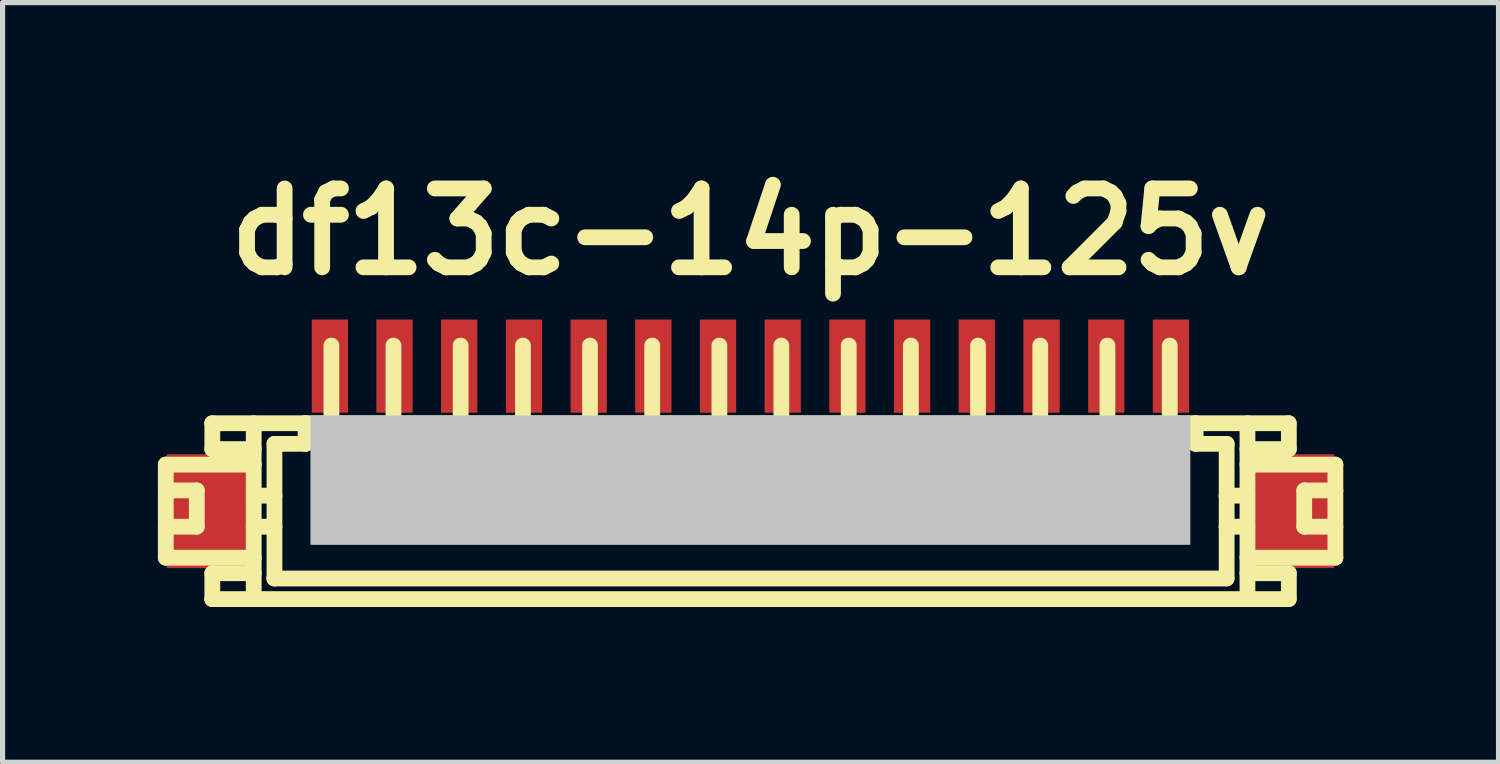
<source format=kicad_pcb>
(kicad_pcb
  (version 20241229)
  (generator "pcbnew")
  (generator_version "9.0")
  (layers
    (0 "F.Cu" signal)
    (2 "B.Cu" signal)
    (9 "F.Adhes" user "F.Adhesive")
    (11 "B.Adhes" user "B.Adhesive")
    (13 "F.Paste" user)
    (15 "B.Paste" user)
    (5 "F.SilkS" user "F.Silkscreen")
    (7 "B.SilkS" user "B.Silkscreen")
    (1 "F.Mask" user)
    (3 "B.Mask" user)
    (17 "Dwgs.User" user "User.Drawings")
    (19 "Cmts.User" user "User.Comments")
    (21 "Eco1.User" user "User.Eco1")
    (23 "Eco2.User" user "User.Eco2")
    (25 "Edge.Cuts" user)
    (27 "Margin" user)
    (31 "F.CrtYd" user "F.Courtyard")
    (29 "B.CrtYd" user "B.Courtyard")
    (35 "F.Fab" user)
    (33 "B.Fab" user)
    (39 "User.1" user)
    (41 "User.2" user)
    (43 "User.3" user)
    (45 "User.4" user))
  (footprint "df13c-14p-125v"
    (layer "F.Cu")
    (at 11.448 6.026)
    (property "Reference" "df13c-14p-125v" (at 0 -4.6 0) (layer "F.SilkS") (effects (font (size 1.524 1.524) (thickness 0.305))))
    (attr through_hole)
    (fp_line (start -11.295 -0.099) (end -9.596 -0.099) (stroke (width 0.305) (type solid)) (layer "F.SilkS"))
    (fp_line (start -11.295 0.399) (end -10.696 0.399) (stroke (width 0.305) (type solid)) (layer "F.SilkS"))
    (fp_line (start -11.295 1.699) (end -11.295 -0.099) (stroke (width 0.305) (type solid)) (layer "F.SilkS"))
    (fp_line (start -11.295 1.699) (end -9.596 1.699) (stroke (width 0.305) (type solid)) (layer "F.SilkS"))
    (fp_line (start -10.696 0.399) (end -10.696 1.1) (stroke (width 0.305) (type solid)) (layer "F.SilkS"))
    (fp_line (start -10.696 1.1) (end -11.295 1.1) (stroke (width 0.305) (type solid)) (layer "F.SilkS"))
    (fp_line (start -10.399 2.499) (end 10.399 2.499) (stroke (width 0.305) (type solid)) (layer "F.SilkS"))
    (fp_line (start -10.396 -0.399) (end -10.396 -0.899) (stroke (width 0.305) (type solid)) (layer "F.SilkS"))
    (fp_line (start -10.396 2.499) (end -10.396 1.999) (stroke (width 0.305) (type solid)) (layer "F.SilkS"))
    (fp_line (start -9.596 -0.899) (end -9.596 2.499) (stroke (width 0.305) (type solid)) (layer "F.SilkS"))
    (fp_line (start -9.596 -0.399) (end -10.396 -0.399) (stroke (width 0.305) (type solid)) (layer "F.SilkS"))
    (fp_line (start -9.596 0.5) (end -9.195 0.5) (stroke (width 0.305) (type solid)) (layer "F.SilkS"))
    (fp_line (start -9.596 1.1) (end -9.195 1.1) (stroke (width 0.305) (type solid)) (layer "F.SilkS"))
    (fp_line (start -9.596 1.999) (end -10.396 1.999) (stroke (width 0.305) (type solid)) (layer "F.SilkS"))
    (fp_line (start -9.195 -0.5) (end -8.595 -0.5) (stroke (width 0.305) (type solid)) (layer "F.SilkS"))
    (fp_line (start -9.195 2.101) (end -9.195 -0.5) (stroke (width 0.305) (type solid)) (layer "F.SilkS"))
    (fp_line (start -8.595 -0.902) (end -8.595 -0.5) (stroke (width 0.305) (type solid)) (layer "F.SilkS"))
    (fp_line (start -8.197 0.998) (end -8.197 1.199) (stroke (width 0.305) (type solid)) (layer "F.SilkS"))
    (fp_line (start -8.197 1.199) (end -7.996 1.199) (stroke (width 0.305) (type solid)) (layer "F.SilkS"))
    (fp_line (start -8.095 -0.902) (end -8.095 -2.4) (stroke (width 0.305) (type solid)) (layer "F.SilkS"))
    (fp_line (start -7.996 0.998) (end -8.197 0.998) (stroke (width 0.305) (type solid)) (layer "F.SilkS"))
    (fp_line (start -7.996 1.199) (end -7.996 0.998) (stroke (width 0.305) (type solid)) (layer "F.SilkS"))
    (fp_line (start -7 1.001) (end -6.802 1.001) (stroke (width 0.305) (type solid)) (layer "F.SilkS"))
    (fp_line (start -7 1.199) (end -7 1.001) (stroke (width 0.305) (type solid)) (layer "F.SilkS"))
    (fp_line (start -6.896 -0.899) (end -6.896 -2.4) (stroke (width 0.305) (type solid)) (layer "F.SilkS"))
    (fp_line (start -6.802 1.001) (end -6.802 1.199) (stroke (width 0.305) (type solid)) (layer "F.SilkS"))
    (fp_line (start -6.802 1.199) (end -7 1.199) (stroke (width 0.305) (type solid)) (layer "F.SilkS"))
    (fp_line (start -5.697 1.001) (end -5.499 1.001) (stroke (width 0.305) (type solid)) (layer "F.SilkS"))
    (fp_line (start -5.697 1.199) (end -5.697 1.001) (stroke (width 0.305) (type solid)) (layer "F.SilkS"))
    (fp_line (start -5.598 -2.4) (end -5.598 -0.899) (stroke (width 0.305) (type solid)) (layer "F.SilkS"))
    (fp_line (start -5.499 1.001) (end -5.499 1.199) (stroke (width 0.305) (type solid)) (layer "F.SilkS"))
    (fp_line (start -5.499 1.199) (end -5.697 1.199) (stroke (width 0.305) (type solid)) (layer "F.SilkS"))
    (fp_line (start -4.498 1.001) (end -4.3 1.001) (stroke (width 0.305) (type solid)) (layer "F.SilkS"))
    (fp_line (start -4.498 1.199) (end -4.498 1.001) (stroke (width 0.305) (type solid)) (layer "F.SilkS"))
    (fp_line (start -4.394 -0.899) (end -4.394 -2.4) (stroke (width 0.305) (type solid)) (layer "F.SilkS"))
    (fp_line (start -4.3 1.001) (end -4.3 1.199) (stroke (width 0.305) (type solid)) (layer "F.SilkS"))
    (fp_line (start -4.3 1.199) (end -4.498 1.199) (stroke (width 0.305) (type solid)) (layer "F.SilkS"))
    (fp_line (start -3.198 1.001) (end -3 1.001) (stroke (width 0.305) (type solid)) (layer "F.SilkS"))
    (fp_line (start -3.198 1.199) (end -3.198 1.001) (stroke (width 0.305) (type solid)) (layer "F.SilkS"))
    (fp_line (start -3.099 -0.899) (end -3.099 -2.4) (stroke (width 0.305) (type solid)) (layer "F.SilkS"))
    (fp_line (start -3 1.001) (end -3 1.199) (stroke (width 0.305) (type solid)) (layer "F.SilkS"))
    (fp_line (start -3 1.199) (end -3.198 1.199) (stroke (width 0.305) (type solid)) (layer "F.SilkS"))
    (fp_line (start -1.999 1.001) (end -1.801 1.001) (stroke (width 0.305) (type solid)) (layer "F.SilkS"))
    (fp_line (start -1.999 1.199) (end -1.999 1.001) (stroke (width 0.305) (type solid)) (layer "F.SilkS"))
    (fp_line (start -1.897 -2.4) (end -1.897 -0.899) (stroke (width 0.305) (type solid)) (layer "F.SilkS"))
    (fp_line (start -1.801 1.001) (end -1.801 1.199) (stroke (width 0.305) (type solid)) (layer "F.SilkS"))
    (fp_line (start -1.801 1.199) (end -1.999 1.199) (stroke (width 0.305) (type solid)) (layer "F.SilkS"))
    (fp_line (start -0.701 1.001) (end -0.5 1.001) (stroke (width 0.305) (type solid)) (layer "F.SilkS"))
    (fp_line (start -0.701 1.199) (end -0.701 1.001) (stroke (width 0.305) (type solid)) (layer "F.SilkS"))
    (fp_line (start -0.599 -0.899) (end -0.599 -2.4) (stroke (width 0.305) (type solid)) (layer "F.SilkS"))
    (fp_line (start -0.5 1.001) (end -0.5 1.199) (stroke (width 0.305) (type solid)) (layer "F.SilkS"))
    (fp_line (start -0.5 1.199) (end -0.701 1.199) (stroke (width 0.305) (type solid)) (layer "F.SilkS"))
    (fp_line (start 0.5 1.001) (end 0.701 1.001) (stroke (width 0.305) (type solid)) (layer "F.SilkS"))
    (fp_line (start 0.5 1.199) (end 0.5 1.001) (stroke (width 0.305) (type solid)) (layer "F.SilkS"))
    (fp_line (start 0.599 -2.4) (end 0.599 -0.899) (stroke (width 0.305) (type solid)) (layer "F.SilkS"))
    (fp_line (start 0.701 1.001) (end 0.701 1.199) (stroke (width 0.305) (type solid)) (layer "F.SilkS"))
    (fp_line (start 0.701 1.199) (end 0.5 1.199) (stroke (width 0.305) (type solid)) (layer "F.SilkS"))
    (fp_line (start 1.801 1.001) (end 2.002 1.001) (stroke (width 0.305) (type solid)) (layer "F.SilkS"))
    (fp_line (start 1.801 1.199) (end 1.801 1.001) (stroke (width 0.305) (type solid)) (layer "F.SilkS"))
    (fp_line (start 1.9 -0.899) (end 1.9 -2.4) (stroke (width 0.305) (type solid)) (layer "F.SilkS"))
    (fp_line (start 2.002 1.001) (end 2.002 1.199) (stroke (width 0.305) (type solid)) (layer "F.SilkS"))
    (fp_line (start 2.002 1.199) (end 1.801 1.199) (stroke (width 0.305) (type solid)) (layer "F.SilkS"))
    (fp_line (start 3.005 1.001) (end 3.203 1.001) (stroke (width 0.305) (type solid)) (layer "F.SilkS"))
    (fp_line (start 3.005 1.199) (end 3.005 1.001) (stroke (width 0.305) (type solid)) (layer "F.SilkS"))
    (fp_line (start 3.101 -2.4) (end 3.101 -0.899) (stroke (width 0.305) (type solid)) (layer "F.SilkS"))
    (fp_line (start 3.203 1.001) (end 3.203 1.199) (stroke (width 0.305) (type solid)) (layer "F.SilkS"))
    (fp_line (start 3.203 1.199) (end 3.005 1.199) (stroke (width 0.305) (type solid)) (layer "F.SilkS"))
    (fp_line (start 4.303 1.001) (end 4.503 1.001) (stroke (width 0.305) (type solid)) (layer "F.SilkS"))
    (fp_line (start 4.303 1.199) (end 4.303 1.001) (stroke (width 0.305) (type solid)) (layer "F.SilkS"))
    (fp_line (start 4.399 -2.4) (end 4.399 -0.899) (stroke (width 0.305) (type solid)) (layer "F.SilkS"))
    (fp_line (start 4.503 1.001) (end 4.503 1.199) (stroke (width 0.305) (type solid)) (layer "F.SilkS"))
    (fp_line (start 4.503 1.199) (end 4.303 1.199) (stroke (width 0.305) (type solid)) (layer "F.SilkS"))
    (fp_line (start 5.499 1.001) (end 5.697 1.001) (stroke (width 0.305) (type solid)) (layer "F.SilkS"))
    (fp_line (start 5.499 1.199) (end 5.499 1.001) (stroke (width 0.305) (type solid)) (layer "F.SilkS"))
    (fp_line (start 5.601 -0.899) (end 5.601 -2.4) (stroke (width 0.305) (type solid)) (layer "F.SilkS"))
    (fp_line (start 5.697 1.001) (end 5.697 1.199) (stroke (width 0.305) (type solid)) (layer "F.SilkS"))
    (fp_line (start 5.697 1.199) (end 5.499 1.199) (stroke (width 0.305) (type solid)) (layer "F.SilkS"))
    (fp_line (start 6.8 0.998) (end 7 0.998) (stroke (width 0.305) (type solid)) (layer "F.SilkS"))
    (fp_line (start 6.8 1.199) (end 6.8 0.998) (stroke (width 0.305) (type solid)) (layer "F.SilkS"))
    (fp_line (start 6.899 -0.899) (end 6.899 -2.4) (stroke (width 0.305) (type solid)) (layer "F.SilkS"))
    (fp_line (start 7 0.998) (end 7 1.199) (stroke (width 0.305) (type solid)) (layer "F.SilkS"))
    (fp_line (start 7 1.199) (end 6.8 1.199) (stroke (width 0.305) (type solid)) (layer "F.SilkS"))
    (fp_line (start 8.004 1.001) (end 8.204 1.001) (stroke (width 0.305) (type solid)) (layer "F.SilkS"))
    (fp_line (start 8.004 1.199) (end 8.004 1.001) (stroke (width 0.305) (type solid)) (layer "F.SilkS"))
    (fp_line (start 8.103 -0.902) (end 8.103 -2.4) (stroke (width 0.305) (type solid)) (layer "F.SilkS"))
    (fp_line (start 8.204 1.001) (end 8.204 1.199) (stroke (width 0.305) (type solid)) (layer "F.SilkS"))
    (fp_line (start 8.204 1.199) (end 8.004 1.199) (stroke (width 0.305) (type solid)) (layer "F.SilkS"))
    (fp_line (start 8.603 -0.5) (end 8.603 -0.902) (stroke (width 0.305) (type solid)) (layer "F.SilkS"))
    (fp_line (start 9.2 1.1) (end 9.601 1.1) (stroke (width 0.305) (type solid)) (layer "F.SilkS"))
    (fp_line (start 9.2 2.101) (end -9.2 2.101) (stroke (width 0.305) (type solid)) (layer "F.SilkS"))
    (fp_line (start 9.202 -0.5) (end 8.603 -0.5) (stroke (width 0.305) (type solid)) (layer "F.SilkS"))
    (fp_line (start 9.202 2.098) (end 9.202 -0.5) (stroke (width 0.305) (type solid)) (layer "F.SilkS"))
    (fp_line (start 9.601 0.5) (end 9.2 0.5) (stroke (width 0.305) (type solid)) (layer "F.SilkS"))
    (fp_line (start 9.604 -0.899) (end 9.604 2.499) (stroke (width 0.305) (type solid)) (layer "F.SilkS"))
    (fp_line (start 10.399 -0.899) (end -10.399 -0.899) (stroke (width 0.305) (type solid)) (layer "F.SilkS"))
    (fp_line (start 10.404 -0.399) (end 9.604 -0.399) (stroke (width 0.305) (type solid)) (layer "F.SilkS"))
    (fp_line (start 10.404 -0.399) (end 10.404 -0.899) (stroke (width 0.305) (type solid)) (layer "F.SilkS"))
    (fp_line (start 10.404 1.999) (end 9.604 1.999) (stroke (width 0.305) (type solid)) (layer "F.SilkS"))
    (fp_line (start 10.404 2.499) (end 10.404 1.999) (stroke (width 0.305) (type solid)) (layer "F.SilkS"))
    (fp_line (start 10.701 0.399) (end 10.701 1.1) (stroke (width 0.305) (type solid)) (layer "F.SilkS"))
    (fp_line (start 10.704 0.399) (end 11.303 0.399) (stroke (width 0.305) (type solid)) (layer "F.SilkS"))
    (fp_line (start 10.704 1.1) (end 11.303 1.1) (stroke (width 0.305) (type solid)) (layer "F.SilkS"))
    (fp_line (start 11.303 -0.099) (end 9.604 -0.099) (stroke (width 0.305) (type solid)) (layer "F.SilkS"))
    (fp_line (start 11.303 -0.099) (end 11.303 1.699) (stroke (width 0.305) (type solid)) (layer "F.SilkS"))
    (fp_line (start 11.303 1.699) (end 9.604 1.699) (stroke (width 0.305) (type solid)) (layer "F.SilkS"))
    (pad "" smd rect (at -10.475 0.8) (size 1.6 2.2) (layers "F.Cu" "F.Mask" "F.Paste"))
    (pad "" smd rect (at 0 0.201) (size 17 2.499) (layers "Dwgs.User"))
    (pad "" smd rect (at 10.475 0.8) (size 1.6 2.2) (layers "F.Cu" "F.Mask" "F.Paste"))
    (pad "1" smd rect (at -8.125 -2.002) (size 0.701 1.801) (layers "F.Cu" "F.Mask" "F.Paste"))
    (pad "2" smd rect (at -6.876 -2.002) (size 0.701 1.801) (layers "F.Cu" "F.Mask" "F.Paste"))
    (pad "3" smd rect (at -5.626 -2.002) (size 0.701 1.801) (layers "F.Cu" "F.Mask" "F.Paste"))
    (pad "4" smd rect (at -4.374 -2.002) (size 0.701 1.801) (layers "F.Cu" "F.Mask" "F.Paste"))
    (pad "5" smd rect (at -3.124 -2.002) (size 0.701 1.801) (layers "F.Cu" "F.Mask" "F.Paste"))
    (pad "6" smd rect (at -1.875 -2.002) (size 0.701 1.801) (layers "F.Cu" "F.Mask" "F.Paste"))
    (pad "7" smd rect (at -0.625 -2.002) (size 0.701 1.801) (layers "F.Cu" "F.Mask" "F.Paste"))
    (pad "8" smd rect (at 0.625 -2.002) (size 0.701 1.801) (layers "F.Cu" "F.Mask" "F.Paste"))
    (pad "9" smd rect (at 1.875 -2.002) (size 0.701 1.801) (layers "F.Cu" "F.Mask" "F.Paste"))
    (pad "10" smd rect (at 3.124 -2.002) (size 0.701 1.801) (layers "F.Cu" "F.Mask" "F.Paste"))
    (pad "11" smd rect (at 4.374 -2.002) (size 0.701 1.801) (layers "F.Cu" "F.Mask" "F.Paste"))
    (pad "12" smd rect (at 5.626 -2.002) (size 0.701 1.801) (layers "F.Cu" "F.Mask" "F.Paste"))
    (pad "13" smd rect (at 6.876 -2.002) (size 0.701 1.801) (layers "F.Cu" "F.Mask" "F.Paste"))
    (pad "14" smd rect (at 8.125 -2.002) (size 0.701 1.801) (layers "F.Cu" "F.Mask" "F.Paste")))
  (gr_rect
    (start -3 -3)
    (end 25.903 11.678)
    (stroke (width 0.1) (type default))
    (fill no)
    (layer "Edge.Cuts")))
</source>
